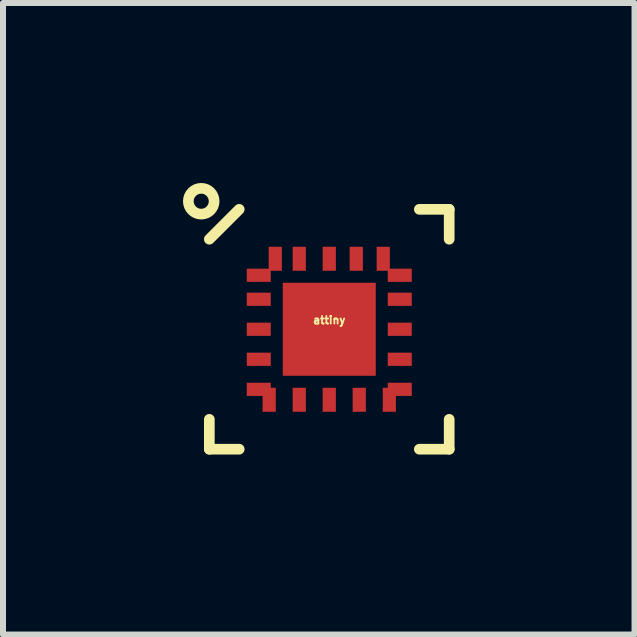
<source format=kicad_pcb>
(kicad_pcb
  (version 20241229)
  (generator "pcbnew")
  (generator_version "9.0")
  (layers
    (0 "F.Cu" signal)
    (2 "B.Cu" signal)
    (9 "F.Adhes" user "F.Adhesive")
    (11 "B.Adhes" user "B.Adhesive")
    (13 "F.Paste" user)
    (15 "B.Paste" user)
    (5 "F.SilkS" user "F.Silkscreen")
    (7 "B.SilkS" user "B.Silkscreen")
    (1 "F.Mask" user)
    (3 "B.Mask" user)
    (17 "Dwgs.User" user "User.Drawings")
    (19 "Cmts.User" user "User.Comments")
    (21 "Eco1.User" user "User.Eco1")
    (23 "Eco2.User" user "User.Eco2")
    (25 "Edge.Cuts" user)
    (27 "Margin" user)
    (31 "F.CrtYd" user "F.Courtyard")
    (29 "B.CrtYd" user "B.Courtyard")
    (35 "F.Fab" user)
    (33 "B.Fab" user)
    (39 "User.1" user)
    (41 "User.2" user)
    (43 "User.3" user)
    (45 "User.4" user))
  (footprint "attiny"
    (layer "F.Cu")
    (at 2.438 2.438)
    (property "Reference" "attiny" (at 0 -0.152 0) (layer "F.SilkS") (effects (font (size 0.127 0.127) (thickness 0.03))))
    (attr through_hole)
    (fp_line (start -1.999 1.999) (end -1.999 1.501) (stroke (width 0.178) (type solid)) (layer "F.SilkS"))
    (fp_line (start -1.501 -1.999) (end -1.999 -1.501) (stroke (width 0.178) (type solid)) (layer "F.SilkS"))
    (fp_line (start -1.501 1.999) (end -1.999 1.999) (stroke (width 0.178) (type solid)) (layer "F.SilkS"))
    (fp_line (start 1.501 1.999) (end 1.999 1.999) (stroke (width 0.178) (type solid)) (layer "F.SilkS"))
    (fp_line (start 1.999 -1.999) (end 1.501 -1.999) (stroke (width 0.178) (type solid)) (layer "F.SilkS"))
    (fp_line (start 1.999 -1.501) (end 1.999 -1.999) (stroke (width 0.178) (type solid)) (layer "F.SilkS"))
    (fp_line (start 1.999 1.999) (end 1.999 1.501) (stroke (width 0.178) (type solid)) (layer "F.SilkS"))
    (fp_circle (center -2.134 -2.134) (end -2.286 -2.286) (stroke (width 0.178) (type solid)) (fill no) (layer "F.SilkS"))
    (pad "0" smd rect (at 0 0 90) (size 1.55 1.55) (layers "F.Cu" "F.Mask" "F.Paste"))
    (pad "1" smd rect (at -1.175 -0.9 90) (size 0.22 0.4) (layers "F.Cu" "F.Mask" "F.Paste"))
    (pad "2" smd rect (at -1.175 -0.5 90) (size 0.22 0.4) (layers "F.Cu" "F.Mask" "F.Paste"))
    (pad "3" smd rect (at -1.175 0 90) (size 0.22 0.4) (layers "F.Cu" "F.Mask" "F.Paste"))
    (pad "4" smd rect (at -1.175 0.5 90) (size 0.22 0.4) (layers "F.Cu" "F.Mask" "F.Paste"))
    (pad "5" smd rect (at -1.175 1.001 90) (size 0.22 0.4) (layers "F.Cu" "F.Mask" "F.Paste"))
    (pad "6" smd rect (at -1.001 1.175) (size 0.22 0.4) (layers "F.Cu" "F.Mask" "F.Paste"))
    (pad "7" smd rect (at -0.5 1.175) (size 0.22 0.4) (layers "F.Cu" "F.Mask" "F.Paste"))
    (pad "8" smd rect (at 0 1.175) (size 0.22 0.4) (layers "F.Cu" "F.Mask" "F.Paste"))
    (pad "9" smd rect (at 0.5 1.175) (size 0.22 0.4) (layers "F.Cu" "F.Mask" "F.Paste"))
    (pad "10" smd rect (at 1.001 1.175) (size 0.22 0.4) (layers "F.Cu" "F.Mask" "F.Paste"))
    (pad "11" smd rect (at 1.175 1.001 270) (size 0.22 0.4) (layers "F.Cu" "F.Mask" "F.Paste"))
    (pad "12" smd rect (at 1.175 0.5 270) (size 0.22 0.4) (layers "F.Cu" "F.Mask" "F.Paste"))
    (pad "13" smd rect (at 1.175 0 270) (size 0.22 0.4) (layers "F.Cu" "F.Mask" "F.Paste"))
    (pad "14" smd rect (at 1.175 -0.5 270) (size 0.22 0.4) (layers "F.Cu" "F.Mask" "F.Paste"))
    (pad "15" smd rect (at 1.175 -0.9 270) (size 0.22 0.4) (layers "F.Cu" "F.Mask" "F.Paste"))
    (pad "16" smd rect (at 0.9 -1.175) (size 0.22 0.4) (layers "F.Cu" "F.Mask" "F.Paste"))
    (pad "17" smd rect (at 0.45 -1.175) (size 0.22 0.4) (layers "F.Cu" "F.Mask" "F.Paste"))
    (pad "18" smd rect (at 0 -1.175) (size 0.22 0.4) (layers "F.Cu" "F.Mask" "F.Paste"))
    (pad "19" smd rect (at -0.5 -1.175) (size 0.22 0.4) (layers "F.Cu" "F.Mask" "F.Paste"))
    (pad "20" smd rect (at -0.9 -1.175) (size 0.22 0.4) (layers "F.Cu" "F.Mask" "F.Paste")))
  (gr_rect
    (start -3 -3)
    (end 7.526 7.526)
    (stroke (width 0.1) (type default))
    (fill no)
    (layer "Edge.Cuts")))
</source>
